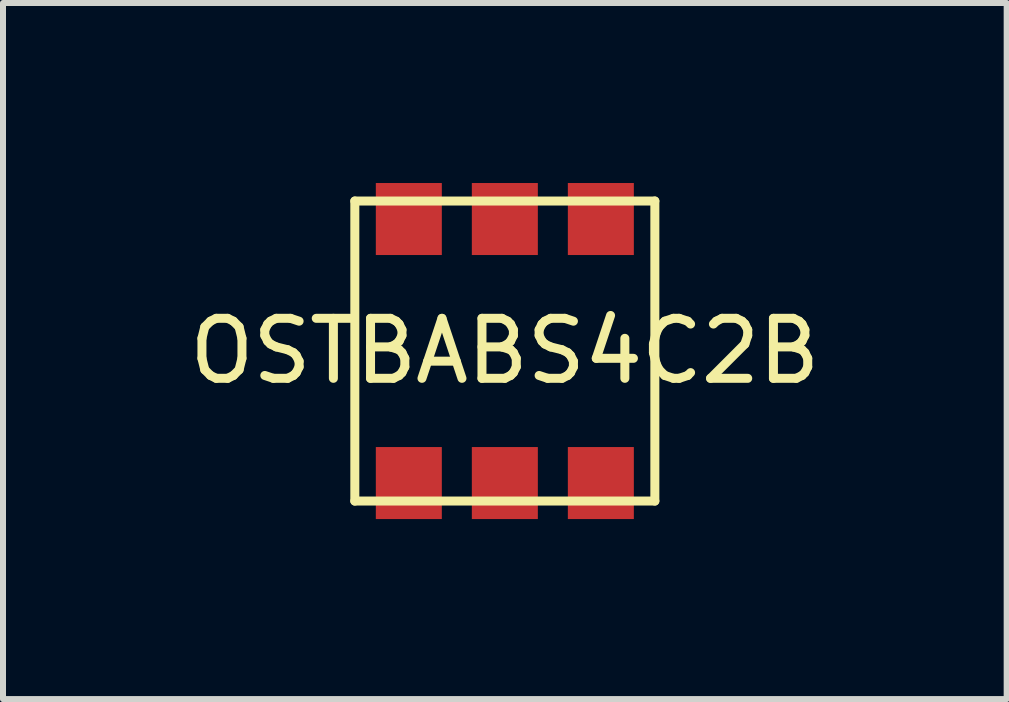
<source format=kicad_pcb>
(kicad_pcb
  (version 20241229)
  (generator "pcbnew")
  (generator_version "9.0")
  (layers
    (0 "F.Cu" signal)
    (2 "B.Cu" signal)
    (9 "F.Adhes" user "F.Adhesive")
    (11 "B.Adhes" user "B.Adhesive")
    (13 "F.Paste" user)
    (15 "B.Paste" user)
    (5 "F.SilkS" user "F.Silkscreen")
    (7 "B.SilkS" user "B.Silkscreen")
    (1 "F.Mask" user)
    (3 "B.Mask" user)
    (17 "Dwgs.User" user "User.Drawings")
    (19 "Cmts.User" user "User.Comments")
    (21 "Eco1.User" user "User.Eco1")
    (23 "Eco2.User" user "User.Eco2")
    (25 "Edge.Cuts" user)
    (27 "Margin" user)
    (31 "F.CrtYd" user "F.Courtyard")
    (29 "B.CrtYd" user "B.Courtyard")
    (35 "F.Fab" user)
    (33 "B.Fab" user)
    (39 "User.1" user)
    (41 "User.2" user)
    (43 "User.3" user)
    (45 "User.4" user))
  (footprint "OSTBABS4C2B"
    (layer "F.Cu")
    (at 5.363 2.8)
    (property "Reference" "OSTBABS4C2B" (at 0 0 0) (layer "F.SilkS") (effects (font (size 1 1) (thickness 0.15))))
    (attr smd)
    (fp_line (start -2.5 -2.5) (end -2.5 2.5) (stroke (width 0.15) (type solid)) (layer "F.SilkS"))
    (fp_line (start -2.5 2.5) (end 2.5 2.5) (stroke (width 0.15) (type solid)) (layer "F.SilkS"))
    (fp_line (start 2.5 -2.5) (end -2.5 -2.5) (stroke (width 0.15) (type solid)) (layer "F.SilkS"))
    (fp_line (start 2.5 2.5) (end 2.5 -2.5) (stroke (width 0.15) (type solid)) (layer "F.SilkS"))
    (pad "1" smd rect (at -1.6 2.2) (size 1.1 1.2) (layers "F.Cu" "F.Mask" "F.Paste"))
    (pad "2" smd rect (at 0 2.2) (size 1.1 1.2) (layers "F.Cu" "F.Mask" "F.Paste"))
    (pad "3" smd rect (at 1.6 2.2) (size 1.1 1.2) (layers "F.Cu" "F.Mask" "F.Paste"))
    (pad "4" smd rect (at 1.6 -2.2) (size 1.1 1.2) (layers "F.Cu" "F.Mask" "F.Paste"))
    (pad "5" smd rect (at 0 -2.2) (size 1.1 1.2) (layers "F.Cu" "F.Mask" "F.Paste"))
    (pad "6" smd rect (at -1.6 -2.2) (size 1.1 1.2) (layers "F.Cu" "F.Mask" "F.Paste")))
  (gr_rect
    (start -3 -3)
    (end 13.726 8.6)
    (stroke (width 0.1) (type default))
    (fill no)
    (layer "Edge.Cuts")))
</source>
